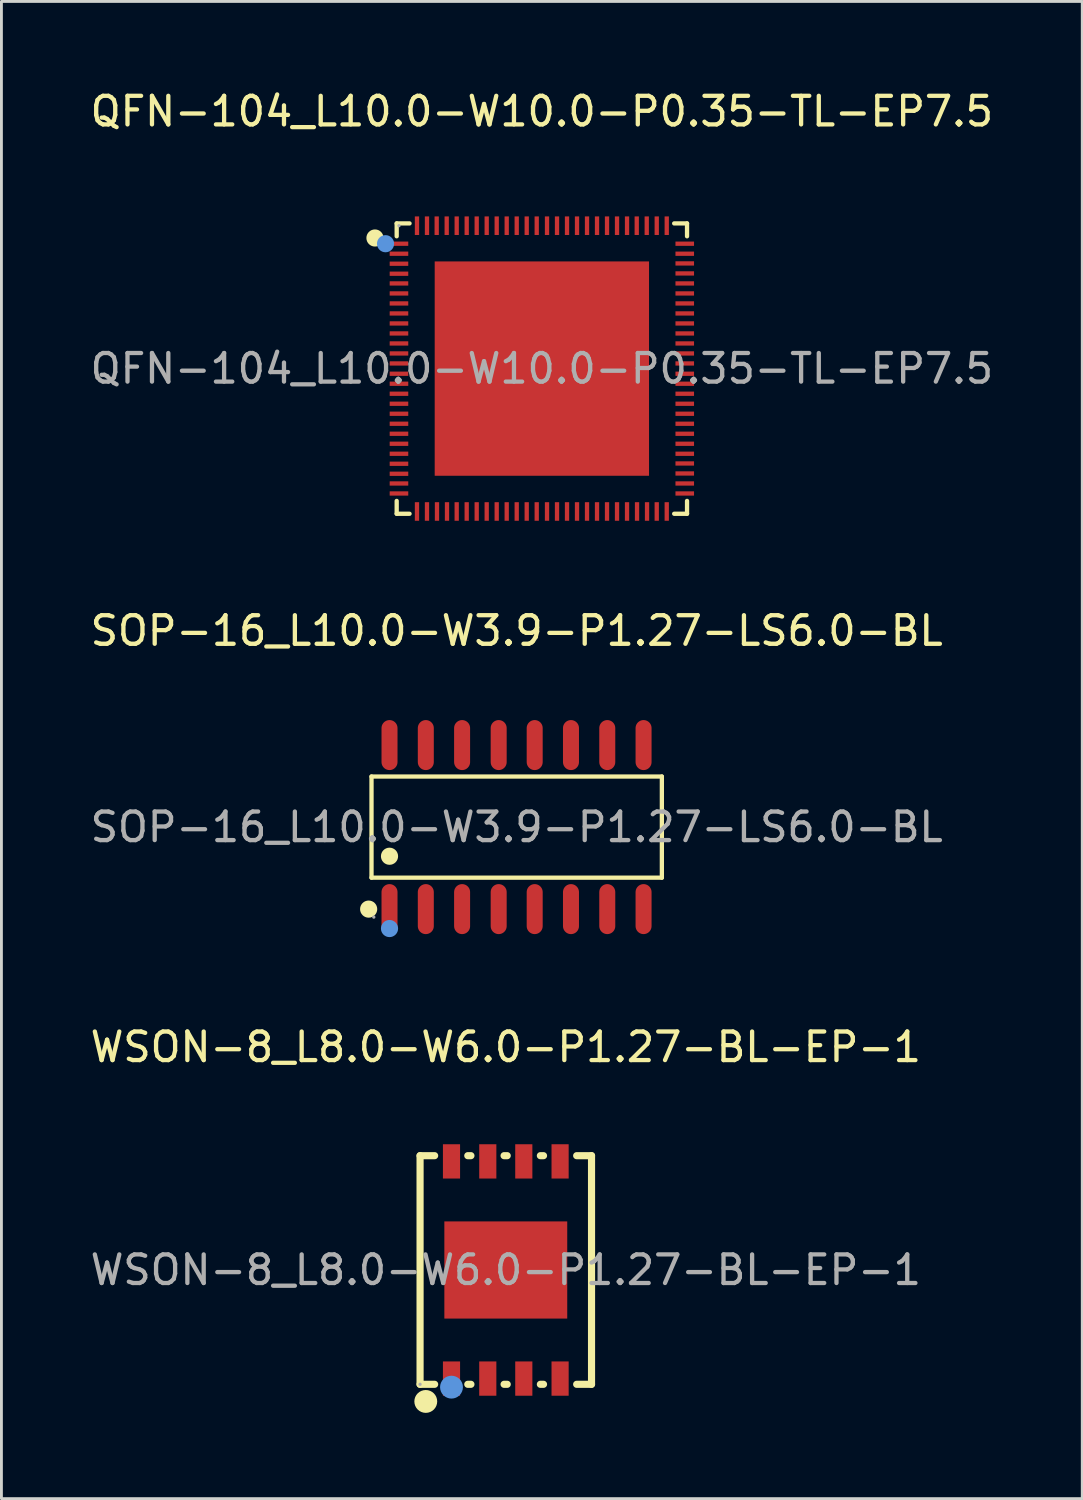
<source format=kicad_pcb>
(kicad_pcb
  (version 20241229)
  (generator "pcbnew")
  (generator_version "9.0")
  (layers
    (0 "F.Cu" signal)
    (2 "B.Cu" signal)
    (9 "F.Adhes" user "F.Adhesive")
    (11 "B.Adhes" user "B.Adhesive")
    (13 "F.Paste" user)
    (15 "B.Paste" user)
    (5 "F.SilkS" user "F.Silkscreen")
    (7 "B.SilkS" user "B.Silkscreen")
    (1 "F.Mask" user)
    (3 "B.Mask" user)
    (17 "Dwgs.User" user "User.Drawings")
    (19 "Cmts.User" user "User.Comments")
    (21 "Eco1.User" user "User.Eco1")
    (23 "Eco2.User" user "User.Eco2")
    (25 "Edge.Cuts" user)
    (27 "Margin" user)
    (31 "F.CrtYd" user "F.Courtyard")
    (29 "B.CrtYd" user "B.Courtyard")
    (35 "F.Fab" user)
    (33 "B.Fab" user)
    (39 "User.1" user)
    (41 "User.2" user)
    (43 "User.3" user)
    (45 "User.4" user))
  (footprint "WSON-8_L8.0-W6.0-P1.27-BL-EP-1"
    (layer "F.Cu")
    (at 14.649 41.39)
    (property "Reference" "WSON-8_L8.0-W6.0-P1.27-BL-EP-1" (at 0 -7.8 0) (layer "F.SilkS") (effects (font (size 1 1) (thickness 0.15))))
    (attr smd)
    (fp_line (start -3 -4) (end -2.49 -4) (stroke (width 0.25) (type solid)) (layer "F.SilkS"))
    (fp_line (start -3 4) (end -3 -4) (stroke (width 0.25) (type solid)) (layer "F.SilkS"))
    (fp_line (start -2.49 4) (end -3 4) (stroke (width 0.25) (type solid)) (layer "F.SilkS"))
    (fp_line (start -1.33 -4) (end -1.22 -4) (stroke (width 0.25) (type solid)) (layer "F.SilkS"))
    (fp_line (start -1.22 4) (end -1.33 4) (stroke (width 0.25) (type solid)) (layer "F.SilkS"))
    (fp_line (start -0.06 -4) (end 0.05 -4) (stroke (width 0.25) (type solid)) (layer "F.SilkS"))
    (fp_line (start 0.05 4) (end -0.06 4) (stroke (width 0.25) (type solid)) (layer "F.SilkS"))
    (fp_line (start 1.21 -4) (end 1.32 -4) (stroke (width 0.25) (type solid)) (layer "F.SilkS"))
    (fp_line (start 1.32 4) (end 1.21 4) (stroke (width 0.25) (type solid)) (layer "F.SilkS"))
    (fp_line (start 2.48 -4) (end 3 -4) (stroke (width 0.25) (type solid)) (layer "F.SilkS"))
    (fp_line (start 3 -4) (end 3 4) (stroke (width 0.25) (type solid)) (layer "F.SilkS"))
    (fp_line (start 3 4) (end 2.48 4) (stroke (width 0.25) (type solid)) (layer "F.SilkS"))
    (fp_circle (center -2.8 4.6) (end -2.6 4.6) (stroke (width 0.4) (type solid)) (fill no) (layer "F.SilkS"))
    (fp_circle (center -1.9 4.1) (end -1.7 4.1) (stroke (width 0.4) (type solid)) (fill no) (layer "Cmts.User"))
    (fp_circle (center -3 4) (end -2.97 4) (stroke (width 0.06) (type solid)) (fill no) (layer "F.Fab"))
    (fp_text user "${REFERENCE}" (at 0 0 0) (layer "F.Fab") (effects (font (size 1 1) (thickness 0.15))))
    (pad "1" smd rect (at -1.9 3.8) (size 0.6 1.2) (layers "F.Cu" "F.Mask" "F.Paste"))
    (pad "2" smd rect (at -0.63 3.8) (size 0.6 1.2) (layers "F.Cu" "F.Mask" "F.Paste"))
    (pad "3" smd rect (at 0.63 3.8) (size 0.6 1.2) (layers "F.Cu" "F.Mask" "F.Paste"))
    (pad "4" smd rect (at 1.9 3.8) (size 0.6 1.2) (layers "F.Cu" "F.Mask" "F.Paste"))
    (pad "5" smd rect (at 1.9 -3.8) (size 0.6 1.2) (layers "F.Cu" "F.Mask" "F.Paste"))
    (pad "6" smd rect (at 0.63 -3.8) (size 0.6 1.2) (layers "F.Cu" "F.Mask" "F.Paste"))
    (pad "7" smd rect (at -0.63 -3.8) (size 0.6 1.2) (layers "F.Cu" "F.Mask" "F.Paste"))
    (pad "8" smd rect (at -1.9 -3.8) (size 0.6 1.2) (layers "F.Cu" "F.Mask" "F.Paste"))
    (pad "9" smd rect (at 0 0) (size 4.3 3.4) (layers "F.Cu" "F.Mask" "F.Paste")))
  (footprint "QFN-104_L10.0-W10.0-P0.35-TL-EP7.5"
    (layer "F.Cu")
    (at 15.911 9.848)
    (property "Reference" "QFN-104_L10.0-W10.0-P0.35-TL-EP7.5" (at 0 -9 0) (layer "F.SilkS") (effects (font (size 1 1) (thickness 0.15))))
    (attr smd)
    (fp_line (start -5.08 -5.08) (end -4.63 -5.08) (stroke (width 0.15) (type solid)) (layer "F.SilkS"))
    (fp_line (start -5.08 -4.63) (end -5.08 -5.08) (stroke (width 0.15) (type solid)) (layer "F.SilkS"))
    (fp_line (start -5.08 4.63) (end -5.08 5.08) (stroke (width 0.15) (type solid)) (layer "F.SilkS"))
    (fp_line (start -5.08 5.08) (end -4.63 5.08) (stroke (width 0.15) (type solid)) (layer "F.SilkS"))
    (fp_line (start 5.08 -5.08) (end 4.63 -5.08) (stroke (width 0.15) (type solid)) (layer "F.SilkS"))
    (fp_line (start 5.08 -4.63) (end 5.08 -5.08) (stroke (width 0.15) (type solid)) (layer "F.SilkS"))
    (fp_line (start 5.08 4.63) (end 5.08 5.08) (stroke (width 0.15) (type solid)) (layer "F.SilkS"))
    (fp_line (start 5.08 5.08) (end 4.63 5.08) (stroke (width 0.15) (type solid)) (layer "F.SilkS"))
    (fp_circle (center -5.84 -4.57) (end -5.69 -4.57) (stroke (width 0.3) (type solid)) (fill no) (layer "F.SilkS"))
    (fp_circle (center -5.47 -4.37) (end -5.32 -4.37) (stroke (width 0.3) (type solid)) (fill no) (layer "Cmts.User"))
    (fp_circle (center -5 -5) (end -4.97 -5) (stroke (width 0.06) (type solid)) (fill no) (layer "F.Fab"))
    (fp_text user "${REFERENCE}" (at 0 0 0) (layer "F.Fab") (effects (font (size 1 1) (thickness 0.15))))
    (pad "1" smd rect (at -5 -4.37) (size 0.65 0.15) (layers "F.Cu" "F.Mask" "F.Paste"))
    (pad "2" smd rect (at -5 -4.02) (size 0.65 0.15) (layers "F.Cu" "F.Mask" "F.Paste"))
    (pad "3" smd rect (at -5 -3.67) (size 0.65 0.15) (layers "F.Cu" "F.Mask" "F.Paste"))
    (pad "4" smd rect (at -5 -3.32) (size 0.65 0.15) (layers "F.Cu" "F.Mask" "F.Paste"))
    (pad "5" smd rect (at -5 -2.98) (size 0.65 0.15) (layers "F.Cu" "F.Mask" "F.Paste"))
    (pad "6" smd rect (at -5 -2.63) (size 0.65 0.15) (layers "F.Cu" "F.Mask" "F.Paste"))
    (pad "7" smd rect (at -5 -2.28) (size 0.65 0.15) (layers "F.Cu" "F.Mask" "F.Paste"))
    (pad "8" smd rect (at -5 -1.93) (size 0.65 0.15) (layers "F.Cu" "F.Mask" "F.Paste"))
    (pad "9" smd rect (at -5 -1.58) (size 0.65 0.15) (layers "F.Cu" "F.Mask" "F.Paste"))
    (pad "10" smd rect (at -5 -1.23) (size 0.65 0.15) (layers "F.Cu" "F.Mask" "F.Paste"))
    (pad "11" smd rect (at -5 -0.88) (size 0.65 0.15) (layers "F.Cu" "F.Mask" "F.Paste"))
    (pad "12" smd rect (at -5 -0.53) (size 0.65 0.15) (layers "F.Cu" "F.Mask" "F.Paste"))
    (pad "13" smd rect (at -5 -0.18) (size 0.65 0.15) (layers "F.Cu" "F.Mask" "F.Paste"))
    (pad "14" smd rect (at -5 0.18) (size 0.65 0.15) (layers "F.Cu" "F.Mask" "F.Paste"))
    (pad "15" smd rect (at -5 0.53) (size 0.65 0.15) (layers "F.Cu" "F.Mask" "F.Paste"))
    (pad "16" smd rect (at -5 0.88) (size 0.65 0.15) (layers "F.Cu" "F.Mask" "F.Paste"))
    (pad "17" smd rect (at -5 1.23) (size 0.65 0.15) (layers "F.Cu" "F.Mask" "F.Paste"))
    (pad "18" smd rect (at -5 1.58) (size 0.65 0.15) (layers "F.Cu" "F.Mask" "F.Paste"))
    (pad "19" smd rect (at -5 1.93) (size 0.65 0.15) (layers "F.Cu" "F.Mask" "F.Paste"))
    (pad "20" smd rect (at -5 2.28) (size 0.65 0.15) (layers "F.Cu" "F.Mask" "F.Paste"))
    (pad "21" smd rect (at -5 2.63) (size 0.65 0.15) (layers "F.Cu" "F.Mask" "F.Paste"))
    (pad "22" smd rect (at -5 2.98) (size 0.65 0.15) (layers "F.Cu" "F.Mask" "F.Paste"))
    (pad "23" smd rect (at -5 3.33) (size 0.65 0.15) (layers "F.Cu" "F.Mask" "F.Paste"))
    (pad "24" smd rect (at -5 3.68) (size 0.65 0.15) (layers "F.Cu" "F.Mask" "F.Paste"))
    (pad "25" smd rect (at -5 4.02) (size 0.65 0.15) (layers "F.Cu" "F.Mask" "F.Paste"))
    (pad "26" smd rect (at -5 4.37) (size 0.65 0.15) (layers "F.Cu" "F.Mask" "F.Paste"))
    (pad "27" smd rect (at -4.37 5 90) (size 0.65 0.15) (layers "F.Cu" "F.Mask" "F.Paste"))
    (pad "28" smd rect (at -4.02 5 90) (size 0.65 0.15) (layers "F.Cu" "F.Mask" "F.Paste"))
    (pad "29" smd rect (at -3.67 5) (size 0.15 0.65) (layers "F.Cu" "F.Mask" "F.Paste"))
    (pad "30" smd rect (at -3.32 5) (size 0.15 0.65) (layers "F.Cu" "F.Mask" "F.Paste"))
    (pad "31" smd rect (at -2.98 5) (size 0.15 0.65) (layers "F.Cu" "F.Mask" "F.Paste"))
    (pad "32" smd rect (at -2.63 5) (size 0.15 0.65) (layers "F.Cu" "F.Mask" "F.Paste"))
    (pad "33" smd rect (at -2.28 5) (size 0.15 0.65) (layers "F.Cu" "F.Mask" "F.Paste"))
    (pad "34" smd rect (at -1.93 5) (size 0.15 0.65) (layers "F.Cu" "F.Mask" "F.Paste"))
    (pad "35" smd rect (at -1.58 5) (size 0.15 0.65) (layers "F.Cu" "F.Mask" "F.Paste"))
    (pad "36" smd rect (at -1.23 5) (size 0.15 0.65) (layers "F.Cu" "F.Mask" "F.Paste"))
    (pad "37" smd rect (at -0.88 5) (size 0.15 0.65) (layers "F.Cu" "F.Mask" "F.Paste"))
    (pad "38" smd rect (at -0.53 5) (size 0.15 0.65) (layers "F.Cu" "F.Mask" "F.Paste"))
    (pad "39" smd rect (at -0.18 5) (size 0.15 0.65) (layers "F.Cu" "F.Mask" "F.Paste"))
    (pad "40" smd rect (at 0.18 5) (size 0.15 0.65) (layers "F.Cu" "F.Mask" "F.Paste"))
    (pad "41" smd rect (at 0.53 5) (size 0.15 0.65) (layers "F.Cu" "F.Mask" "F.Paste"))
    (pad "42" smd rect (at 0.88 5) (size 0.15 0.65) (layers "F.Cu" "F.Mask" "F.Paste"))
    (pad "43" smd rect (at 1.23 5) (size 0.15 0.65) (layers "F.Cu" "F.Mask" "F.Paste"))
    (pad "44" smd rect (at 1.58 5) (size 0.15 0.65) (layers "F.Cu" "F.Mask" "F.Paste"))
    (pad "45" smd rect (at 1.93 5) (size 0.15 0.65) (layers "F.Cu" "F.Mask" "F.Paste"))
    (pad "46" smd rect (at 2.28 5) (size 0.15 0.65) (layers "F.Cu" "F.Mask" "F.Paste"))
    (pad "47" smd rect (at 2.63 5) (size 0.15 0.65) (layers "F.Cu" "F.Mask" "F.Paste"))
    (pad "48" smd rect (at 2.98 5) (size 0.15 0.65) (layers "F.Cu" "F.Mask" "F.Paste"))
    (pad "49" smd rect (at 3.33 5) (size 0.15 0.65) (layers "F.Cu" "F.Mask" "F.Paste"))
    (pad "50" smd rect (at 3.68 5) (size 0.15 0.65) (layers "F.Cu" "F.Mask" "F.Paste"))
    (pad "51" smd rect (at 4.02 5) (size 0.15 0.65) (layers "F.Cu" "F.Mask" "F.Paste"))
    (pad "52" smd rect (at 4.37 5) (size 0.15 0.65) (layers "F.Cu" "F.Mask" "F.Paste"))
    (pad "53" smd rect (at 5 4.37) (size 0.65 0.15) (layers "F.Cu" "F.Mask" "F.Paste"))
    (pad "54" smd rect (at 5 4.02) (size 0.65 0.15) (layers "F.Cu" "F.Mask" "F.Paste"))
    (pad "55" smd rect (at 5 3.67) (size 0.65 0.15) (layers "F.Cu" "F.Mask" "F.Paste"))
    (pad "56" smd rect (at 5 3.32) (size 0.65 0.15) (layers "F.Cu" "F.Mask" "F.Paste"))
    (pad "57" smd rect (at 5 2.98) (size 0.65 0.15) (layers "F.Cu" "F.Mask" "F.Paste"))
    (pad "58" smd rect (at 5 2.63) (size 0.65 0.15) (layers "F.Cu" "F.Mask" "F.Paste"))
    (pad "59" smd rect (at 5 2.28) (size 0.65 0.15) (layers "F.Cu" "F.Mask" "F.Paste"))
    (pad "60" smd rect (at 5 1.93) (size 0.65 0.15) (layers "F.Cu" "F.Mask" "F.Paste"))
    (pad "61" smd rect (at 5 1.58) (size 0.65 0.15) (layers "F.Cu" "F.Mask" "F.Paste"))
    (pad "62" smd rect (at 5 1.23) (size 0.65 0.15) (layers "F.Cu" "F.Mask" "F.Paste"))
    (pad "63" smd rect (at 5 0.88) (size 0.65 0.15) (layers "F.Cu" "F.Mask" "F.Paste"))
    (pad "64" smd rect (at 5 0.53) (size 0.65 0.15) (layers "F.Cu" "F.Mask" "F.Paste"))
    (pad "65" smd rect (at 5 0.18) (size 0.65 0.15) (layers "F.Cu" "F.Mask" "F.Paste"))
    (pad "66" smd rect (at 5 -0.18) (size 0.65 0.15) (layers "F.Cu" "F.Mask" "F.Paste"))
    (pad "67" smd rect (at 5 -0.53) (size 0.65 0.15) (layers "F.Cu" "F.Mask" "F.Paste"))
    (pad "68" smd rect (at 5 -0.88) (size 0.65 0.15) (layers "F.Cu" "F.Mask" "F.Paste"))
    (pad "69" smd rect (at 5 -1.23) (size 0.65 0.15) (layers "F.Cu" "F.Mask" "F.Paste"))
    (pad "70" smd rect (at 5 -1.58) (size 0.65 0.15) (layers "F.Cu" "F.Mask" "F.Paste"))
    (pad "71" smd rect (at 5 -1.93) (size 0.65 0.15) (layers "F.Cu" "F.Mask" "F.Paste"))
    (pad "72" smd rect (at 5 -2.28) (size 0.65 0.15) (layers "F.Cu" "F.Mask" "F.Paste"))
    (pad "73" smd rect (at 5 -2.63) (size 0.65 0.15) (layers "F.Cu" "F.Mask" "F.Paste"))
    (pad "74" smd rect (at 5 -2.98) (size 0.65 0.15) (layers "F.Cu" "F.Mask" "F.Paste"))
    (pad "75" smd rect (at 5 -3.33) (size 0.65 0.15) (layers "F.Cu" "F.Mask" "F.Paste"))
    (pad "76" smd rect (at 5 -3.68) (size 0.65 0.15) (layers "F.Cu" "F.Mask" "F.Paste"))
    (pad "77" smd rect (at 5 -4.02) (size 0.65 0.15) (layers "F.Cu" "F.Mask" "F.Paste"))
    (pad "78" smd rect (at 5 -4.37) (size 0.65 0.15) (layers "F.Cu" "F.Mask" "F.Paste"))
    (pad "79" smd rect (at 4.37 -5 90) (size 0.65 0.15) (layers "F.Cu" "F.Mask" "F.Paste"))
    (pad "80" smd rect (at 4.02 -5 90) (size 0.65 0.15) (layers "F.Cu" "F.Mask" "F.Paste"))
    (pad "81" smd rect (at 3.67 -5) (size 0.15 0.65) (layers "F.Cu" "F.Mask" "F.Paste"))
    (pad "82" smd rect (at 3.32 -5) (size 0.15 0.65) (layers "F.Cu" "F.Mask" "F.Paste"))
    (pad "83" smd rect (at 2.98 -5) (size 0.15 0.65) (layers "F.Cu" "F.Mask" "F.Paste"))
    (pad "84" smd rect (at 2.63 -5) (size 0.15 0.65) (layers "F.Cu" "F.Mask" "F.Paste"))
    (pad "85" smd rect (at 2.28 -5) (size 0.15 0.65) (layers "F.Cu" "F.Mask" "F.Paste"))
    (pad "86" smd rect (at 1.93 -5) (size 0.15 0.65) (layers "F.Cu" "F.Mask" "F.Paste"))
    (pad "87" smd rect (at 1.58 -5) (size 0.15 0.65) (layers "F.Cu" "F.Mask" "F.Paste"))
    (pad "88" smd rect (at 1.23 -5) (size 0.15 0.65) (layers "F.Cu" "F.Mask" "F.Paste"))
    (pad "89" smd rect (at 0.88 -5) (size 0.15 0.65) (layers "F.Cu" "F.Mask" "F.Paste"))
    (pad "90" smd rect (at 0.53 -5) (size 0.15 0.65) (layers "F.Cu" "F.Mask" "F.Paste"))
    (pad "91" smd rect (at 0.18 -5) (size 0.15 0.65) (layers "F.Cu" "F.Mask" "F.Paste"))
    (pad "92" smd rect (at -0.18 -5) (size 0.15 0.65) (layers "F.Cu" "F.Mask" "F.Paste"))
    (pad "93" smd rect (at -0.53 -5) (size 0.15 0.65) (layers "F.Cu" "F.Mask" "F.Paste"))
    (pad "94" smd rect (at -0.88 -5) (size 0.15 0.65) (layers "F.Cu" "F.Mask" "F.Paste"))
    (pad "95" smd rect (at -1.23 -5) (size 0.15 0.65) (layers "F.Cu" "F.Mask" "F.Paste"))
    (pad "96" smd rect (at -1.58 -5) (size 0.15 0.65) (layers "F.Cu" "F.Mask" "F.Paste"))
    (pad "97" smd rect (at -1.93 -5) (size 0.15 0.65) (layers "F.Cu" "F.Mask" "F.Paste"))
    (pad "98" smd rect (at -2.28 -5) (size 0.15 0.65) (layers "F.Cu" "F.Mask" "F.Paste"))
    (pad "99" smd rect (at -2.63 -5) (size 0.15 0.65) (layers "F.Cu" "F.Mask" "F.Paste"))
    (pad "100" smd rect (at -2.98 -5) (size 0.15 0.65) (layers "F.Cu" "F.Mask" "F.Paste"))
    (pad "101" smd rect (at -3.33 -5) (size 0.15 0.65) (layers "F.Cu" "F.Mask" "F.Paste"))
    (pad "102" smd rect (at -3.68 -5) (size 0.15 0.65) (layers "F.Cu" "F.Mask" "F.Paste"))
    (pad "103" smd rect (at -4.02 -5) (size 0.15 0.65) (layers "F.Cu" "F.Mask" "F.Paste"))
    (pad "104" smd rect (at -4.37 -5) (size 0.15 0.65) (layers "F.Cu" "F.Mask" "F.Paste"))
    (pad "105" smd rect (at 0 0) (size 7.5 7.5) (layers "F.Cu" "F.Mask" "F.Paste")))
  (footprint "SOP-16_L10.0-W3.9-P1.27-LS6.0-BL"
    (layer "F.Cu")
    (at 15.03 25.892)
    (property "Reference" "SOP-16_L10.0-W3.9-P1.27-LS6.0-BL" (at 0 -6.87 0) (layer "F.SilkS") (effects (font (size 1 1) (thickness 0.15))))
    (attr smd)
    (fp_line (start -5.08 -1.77) (end 5.08 -1.77) (stroke (width 0.15) (type solid)) (layer "F.SilkS"))
    (fp_line (start -5.08 1.77) (end -5.08 -1.77) (stroke (width 0.15) (type solid)) (layer "F.SilkS"))
    (fp_line (start 5.08 -1.77) (end 5.08 1.77) (stroke (width 0.15) (type solid)) (layer "F.SilkS"))
    (fp_line (start 5.08 1.77) (end -5.08 1.77) (stroke (width 0.15) (type solid)) (layer "F.SilkS"))
    (fp_circle (center -5.18 2.87) (end -5.03 2.87) (stroke (width 0.3) (type solid)) (fill no) (layer "F.SilkS"))
    (fp_circle (center -4.45 1.02) (end -4.3 1.02) (stroke (width 0.3) (type solid)) (fill no) (layer "F.SilkS"))
    (fp_circle (center -4.45 3.55) (end -4.3 3.55) (stroke (width 0.3) (type solid)) (fill no) (layer "Cmts.User"))
    (fp_circle (center -5 3.15) (end -4.97 3.15) (stroke (width 0.06) (type solid)) (fill no) (layer "F.Fab"))
    (fp_text user "${REFERENCE}" (at 0 0 0) (layer "F.Fab") (effects (font (size 1 1) (thickness 0.15))))
    (pad "1" smd oval (at -4.45 2.87) (size 0.56 1.75) (layers "F.Cu" "F.Mask" "F.Paste"))
    (pad "2" smd oval (at -3.18 2.87) (size 0.56 1.75) (layers "F.Cu" "F.Mask" "F.Paste"))
    (pad "3" smd oval (at -1.91 2.87) (size 0.56 1.75) (layers "F.Cu" "F.Mask" "F.Paste"))
    (pad "4" smd oval (at -0.63 2.87) (size 0.56 1.75) (layers "F.Cu" "F.Mask" "F.Paste"))
    (pad "5" smd oval (at 0.63 2.87) (size 0.56 1.75) (layers "F.Cu" "F.Mask" "F.Paste"))
    (pad "6" smd oval (at 1.9 2.87) (size 0.56 1.75) (layers "F.Cu" "F.Mask" "F.Paste"))
    (pad "7" smd oval (at 3.17 2.87) (size 0.56 1.75) (layers "F.Cu" "F.Mask" "F.Paste"))
    (pad "8" smd oval (at 4.44 2.87) (size 0.56 1.75) (layers "F.Cu" "F.Mask" "F.Paste"))
    (pad "9" smd oval (at 4.44 -2.87) (size 0.56 1.75) (layers "F.Cu" "F.Mask" "F.Paste"))
    (pad "10" smd oval (at 3.17 -2.87) (size 0.56 1.75) (layers "F.Cu" "F.Mask" "F.Paste"))
    (pad "11" smd oval (at 1.9 -2.87) (size 0.56 1.75) (layers "F.Cu" "F.Mask" "F.Paste"))
    (pad "12" smd oval (at 0.63 -2.87) (size 0.56 1.75) (layers "F.Cu" "F.Mask" "F.Paste"))
    (pad "13" smd oval (at -0.63 -2.87) (size 0.56 1.75) (layers "F.Cu" "F.Mask" "F.Paste"))
    (pad "14" smd oval (at -1.91 -2.87) (size 0.56 1.75) (layers "F.Cu" "F.Mask" "F.Paste"))
    (pad "15" smd oval (at -3.18 -2.87) (size 0.56 1.75) (layers "F.Cu" "F.Mask" "F.Paste"))
    (pad "16" smd oval (at -4.45 -2.87) (size 0.56 1.75) (layers "F.Cu" "F.Mask" "F.Paste")))
  (gr_rect
    (start -3 -3)
    (end 34.821 49.39)
    (stroke (width 0.1) (type default))
    (fill no)
    (layer "Edge.Cuts")))
</source>
